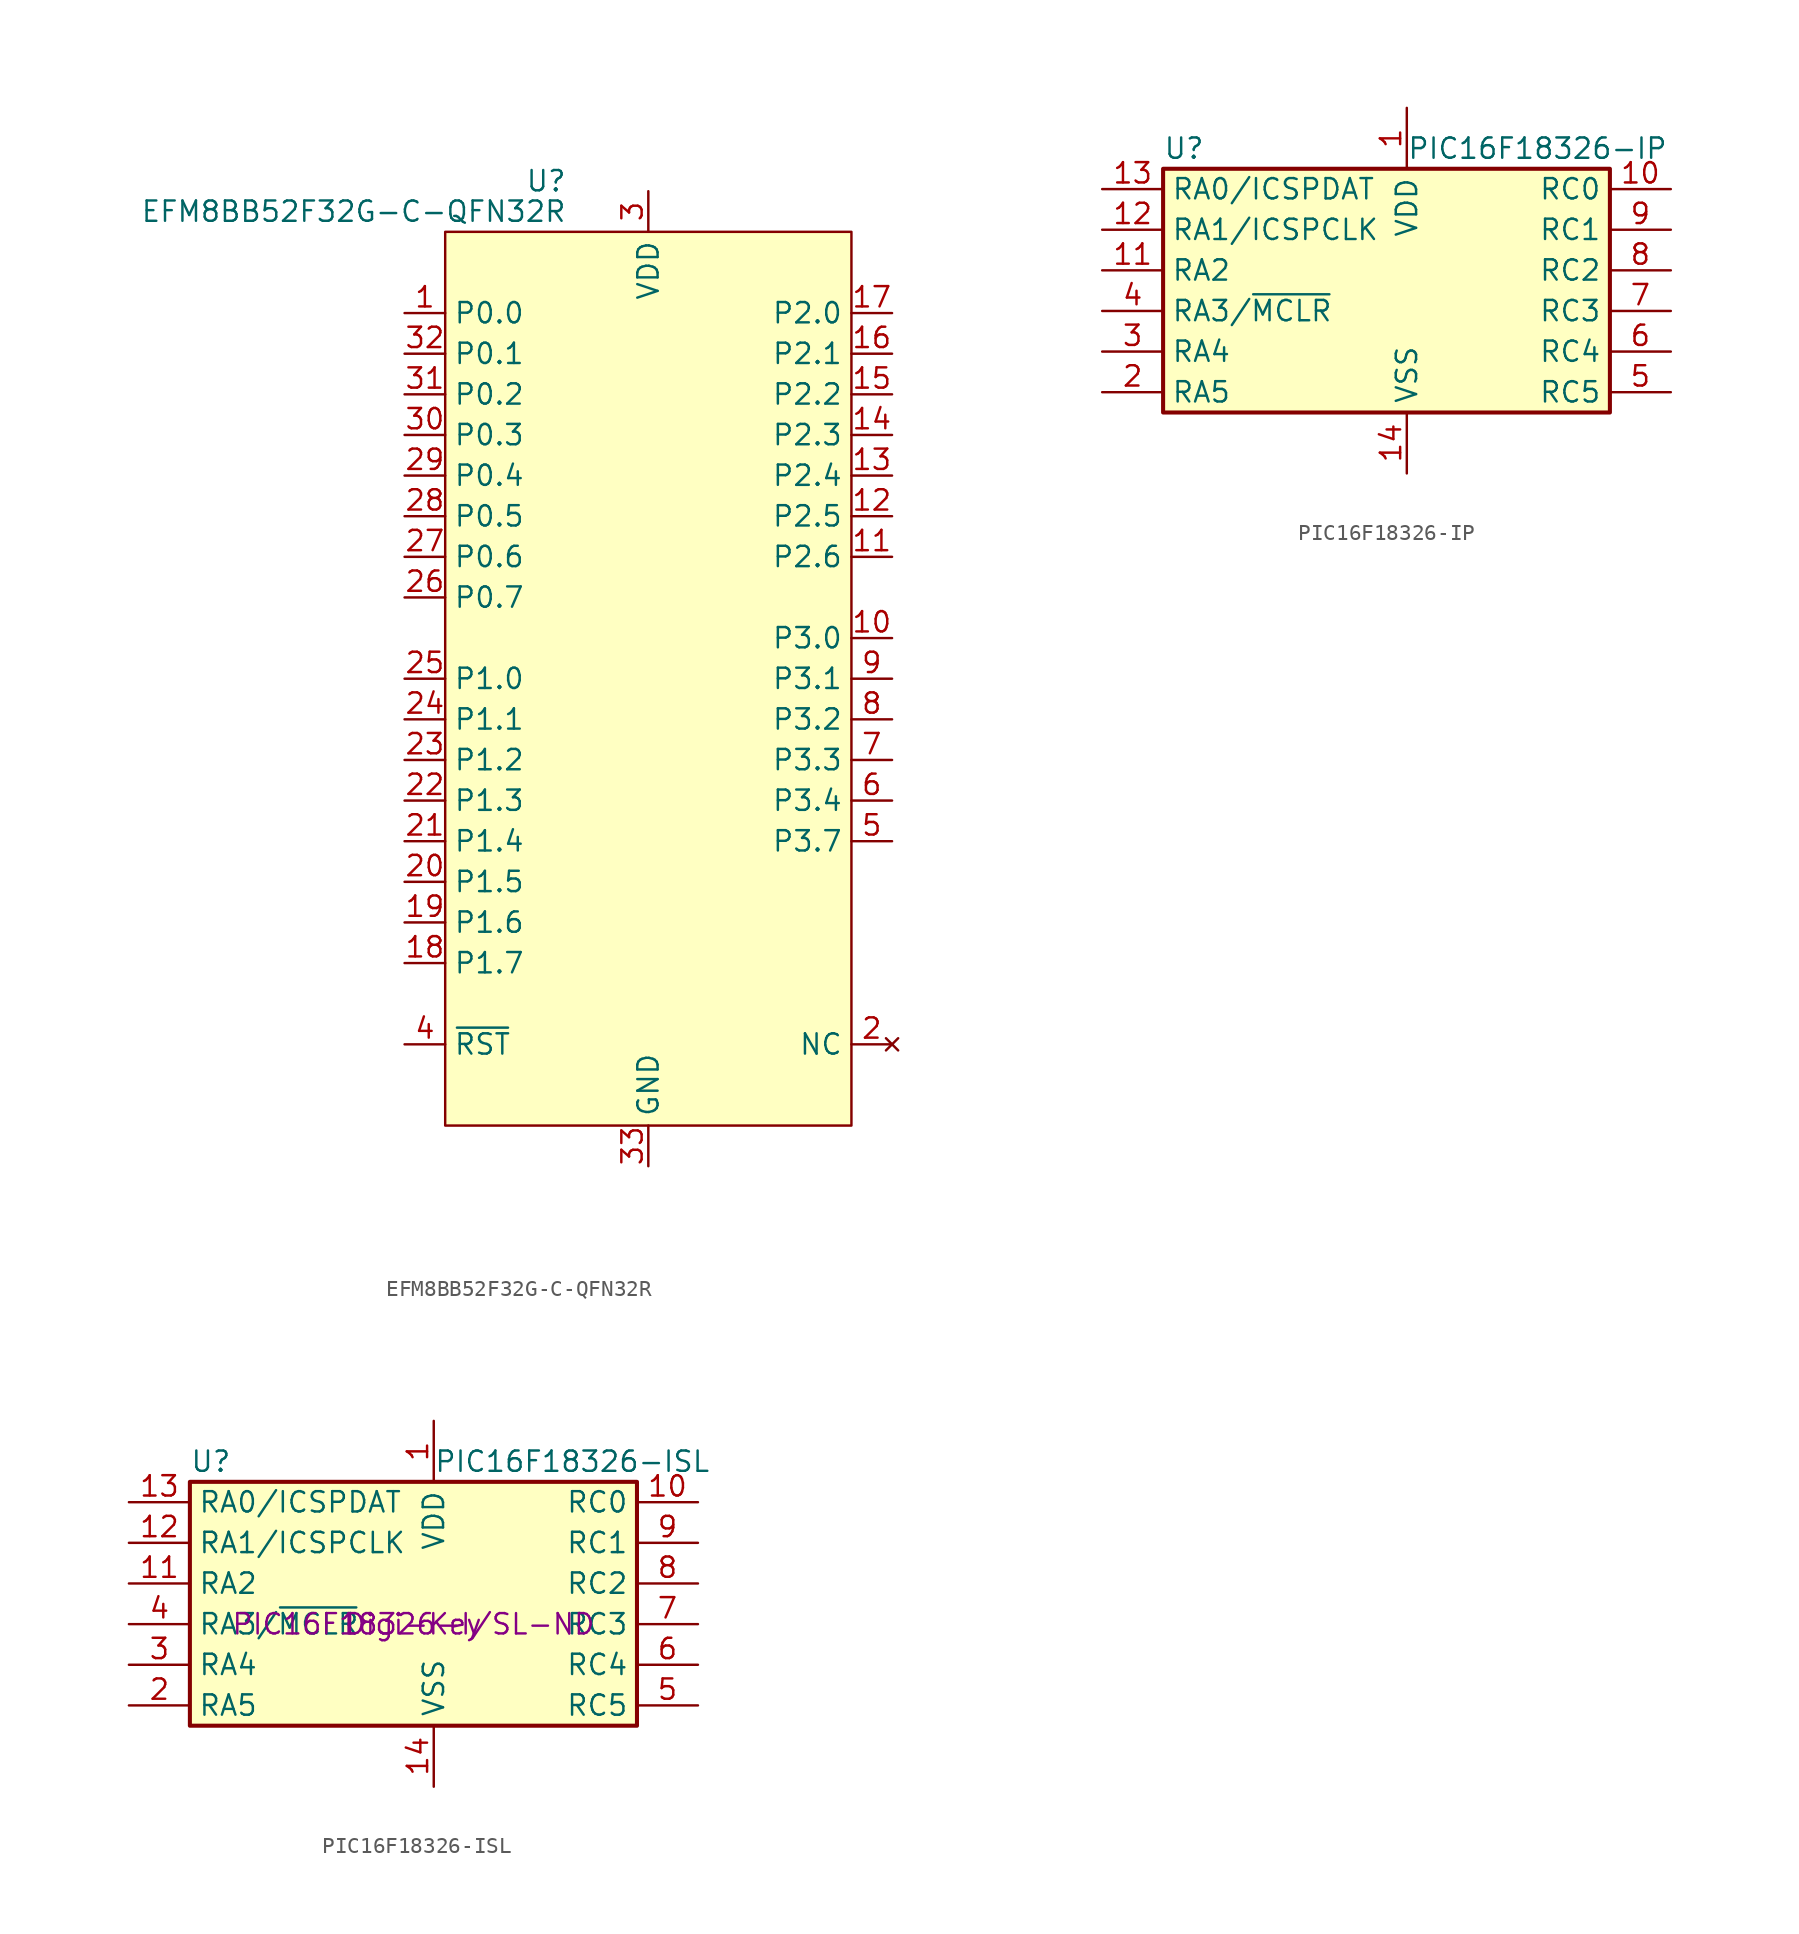
<source format=kicad_sym>
(kicad_symbol_lib
  (version 20241209)
  (generator "kicad_symbol_editor")
  (generator_version "9.0")
  (symbol "EFM8BB52F32G-C-QFN32R"
    (property "Reference" "U"
      (at -5.08 31.115 0)
      (effects (font (size 1.27 1.27)) (justify right)))
    (property "Value" "EFM8BB52F32G-C-QFN32R"
      (at -5.08 29.21 0)
      (effects (font (size 1.27 1.27)) (justify right)))
    (symbol "EFM8BB52F32G-C-QFN32R_0_0"
      (pin bidirectional line (at -15.24 22.86 0) (length 2.54) (name "P0.0" (effects (font (size 1.27 1.27)))) (number "1" (effects (font (size 1.27 1.27)))))
      (pin bidirectional line (at -15.24 20.32 0) (length 2.54) (name "P0.1" (effects (font (size 1.27 1.27)))) (number "32" (effects (font (size 1.27 1.27)))))
      (pin bidirectional line (at -15.24 17.78 0) (length 2.54) (name "P0.2" (effects (font (size 1.27 1.27)))) (number "31" (effects (font (size 1.27 1.27)))))
      (pin bidirectional line (at -15.24 15.24 0) (length 2.54) (name "P0.3" (effects (font (size 1.27 1.27)))) (number "30" (effects (font (size 1.27 1.27)))))
      (pin bidirectional line (at -15.24 12.7 0) (length 2.54) (name "P0.4" (effects (font (size 1.27 1.27)))) (number "29" (effects (font (size 1.27 1.27)))))
      (pin bidirectional line (at -15.24 10.16 0) (length 2.54) (name "P0.5" (effects (font (size 1.27 1.27)))) (number "28" (effects (font (size 1.27 1.27)))))
      (pin bidirectional line (at -15.24 7.62 0) (length 2.54) (name "P0.6" (effects (font (size 1.27 1.27)))) (number "27" (effects (font (size 1.27 1.27)))))
      (pin bidirectional line (at -15.24 5.08 0) (length 2.54) (name "P0.7" (effects (font (size 1.27 1.27)))) (number "26" (effects (font (size 1.27 1.27)))))
      (pin bidirectional line (at -15.24 0 0) (length 2.54) (name "P1.0" (effects (font (size 1.27 1.27)))) (number "25" (effects (font (size 1.27 1.27)))))
      (pin bidirectional line (at -15.24 -2.54 0) (length 2.54) (name "P1.1" (effects (font (size 1.27 1.27)))) (number "24" (effects (font (size 1.27 1.27)))))
      (pin bidirectional line (at -15.24 -5.08 0) (length 2.54) (name "P1.2" (effects (font (size 1.27 1.27)))) (number "23" (effects (font (size 1.27 1.27)))))
      (pin bidirectional line (at -15.24 -7.62 0) (length 2.54) (name "P1.3" (effects (font (size 1.27 1.27)))) (number "22" (effects (font (size 1.27 1.27)))))
      (pin bidirectional line (at -15.24 -10.16 0) (length 2.54) (name "P1.4" (effects (font (size 1.27 1.27)))) (number "21" (effects (font (size 1.27 1.27)))))
      (pin bidirectional line (at -15.24 -12.7 0) (length 2.54) (name "P1.5" (effects (font (size 1.27 1.27)))) (number "20" (effects (font (size 1.27 1.27)))))
      (pin bidirectional line (at -15.24 -15.24 0) (length 2.54) (name "P1.6" (effects (font (size 1.27 1.27)))) (number "19" (effects (font (size 1.27 1.27)))))
      (pin bidirectional line (at -15.24 -17.78 0) (length 2.54) (name "P1.7" (effects (font (size 1.27 1.27)))) (number "18" (effects (font (size 1.27 1.27)))))
      (pin bidirectional line (at 15.24 22.86 180) (length 2.54) (name "P2.0" (effects (font (size 1.27 1.27)))) (number "17" (effects (font (size 1.27 1.27)))))
      (pin bidirectional line (at 15.24 20.32 180) (length 2.54) (name "P2.1" (effects (font (size 1.27 1.27)))) (number "16" (effects (font (size 1.27 1.27)))))
      (pin bidirectional line (at 15.24 17.78 180) (length 2.54) (name "P2.2" (effects (font (size 1.27 1.27)))) (number "15" (effects (font (size 1.27 1.27)))))
      (pin bidirectional line (at 15.24 15.24 180) (length 2.54) (name "P2.3" (effects (font (size 1.27 1.27)))) (number "14" (effects (font (size 1.27 1.27)))))
      (pin bidirectional line (at 15.24 12.7 180) (length 2.54) (name "P2.4" (effects (font (size 1.27 1.27)))) (number "13" (effects (font (size 1.27 1.27)))))
      (pin bidirectional line (at 15.24 10.16 180) (length 2.54) (name "P2.5" (effects (font (size 1.27 1.27)))) (number "12" (effects (font (size 1.27 1.27)))))
      (pin bidirectional line (at 15.24 7.62 180) (length 2.54) (name "P2.6" (effects (font (size 1.27 1.27)))) (number "11" (effects (font (size 1.27 1.27)))))
      (pin bidirectional line (at 15.24 2.54 180) (length 2.54) (name "P3.0" (effects (font (size 1.27 1.27)))) (number "10" (effects (font (size 1.27 1.27)))))
      (pin bidirectional line (at 15.24 0 180) (length 2.54) (name "P3.1" (effects (font (size 1.27 1.27)))) (number "9" (effects (font (size 1.27 1.27)))))
      (pin bidirectional line (at 15.24 -2.54 180) (length 2.54) (name "P3.2" (effects (font (size 1.27 1.27)))) (number "8" (effects (font (size 1.27 1.27)))))
      (pin bidirectional line (at 15.24 -5.08 180) (length 2.54) (name "P3.3" (effects (font (size 1.27 1.27)))) (number "7" (effects (font (size 1.27 1.27))))))
    (symbol "EFM8BB52F32G-C-QFN32R_0_1"
      (rectangle (start -12.7 27.94) (end 12.7 -27.94) (stroke (width 0.152) (type default)) (fill (type background))))
    (symbol "EFM8BB52F32G-C-QFN32R_1_0"
      (pin input line (at -15.24 -22.86 0) (length 2.54) (name "~{RST}" (effects (font (size 1.27 1.27)))) (number "4" (effects (font (size 1.27 1.27)))) (alternate "C2CK" input line))
      (pin power_in line (at 0 30.48 270) (length 2.54) (name "VDD" (effects (font (size 1.27 1.27)))) (number "3" (effects (font (size 1.27 1.27)))))
      (pin power_in line (at 0 -30.48 90) (length 2.54) (name "GND" (effects (font (size 1.27 1.27)))) (number "33" (effects (font (size 1.27 1.27)))))
      (pin bidirectional line (at 15.24 -7.62 180) (length 2.54) (name "P3.4" (effects (font (size 1.27 1.27)))) (number "6" (effects (font (size 1.27 1.27)))))
      (pin bidirectional line (at 15.24 -10.16 180) (length 2.54) (name "P3.7" (effects (font (size 1.27 1.27)))) (number "5" (effects (font (size 1.27 1.27)))) (alternate "C2D" bidirectional line))
      (pin no_connect line (at 15.24 -22.86 180) (length 2.54) (name "NC" (effects (font (size 1.27 1.27)))) (number "2" (effects (font (size 1.27 1.27)))))))
  (symbol "PIC16F18326-IP"
    (property "Reference" "U"
      (at -13.97 10.16 0)
      (effects (font (size 1.27 1.27)) (justify left)))
    (property "Value" "PIC16F18326-IP"
      (at 1.27 10.16 0)
      (effects (font (size 1.27 1.27)) (justify left)))
    (symbol "PIC16F18326-IP_1_1"
      (rectangle (start -13.97 8.89) (end 13.97 -6.35) (stroke (width 0.254) (type default)) (fill (type background)))
      (pin bidirectional line (at -17.78 7.62 0) (length 3.81) (name "RA0/ICSPDAT" (effects (font (size 1.27 1.27)))) (number "13" (effects (font (size 1.27 1.27)))))
      (pin bidirectional line (at -17.78 5.08 0) (length 3.81) (name "RA1/ICSPCLK" (effects (font (size 1.27 1.27)))) (number "12" (effects (font (size 1.27 1.27)))))
      (pin bidirectional line (at -17.78 2.54 0) (length 3.81) (name "RA2" (effects (font (size 1.27 1.27)))) (number "11" (effects (font (size 1.27 1.27)))))
      (pin bidirectional line (at -17.78 0 0) (length 3.81) (name "RA3/~{MCLR}" (effects (font (size 1.27 1.27)))) (number "4" (effects (font (size 1.27 1.27)))))
      (pin bidirectional line (at -17.78 -2.54 0) (length 3.81) (name "RA4" (effects (font (size 1.27 1.27)))) (number "3" (effects (font (size 1.27 1.27)))))
      (pin bidirectional line (at -17.78 -5.08 0) (length 3.81) (name "RA5" (effects (font (size 1.27 1.27)))) (number "2" (effects (font (size 1.27 1.27)))))
      (pin power_in line (at 1.27 12.7 270) (length 3.81) (name "VDD" (effects (font (size 1.27 1.27)))) (number "1" (effects (font (size 1.27 1.27)))))
      (pin power_in line (at 1.27 -10.16 90) (length 3.81) (name "VSS" (effects (font (size 1.27 1.27)))) (number "14" (effects (font (size 1.27 1.27)))))
      (pin bidirectional line (at 17.78 7.62 180) (length 3.81) (name "RC0" (effects (font (size 1.27 1.27)))) (number "10" (effects (font (size 1.27 1.27)))))
      (pin bidirectional line (at 17.78 5.08 180) (length 3.81) (name "RC1" (effects (font (size 1.27 1.27)))) (number "9" (effects (font (size 1.27 1.27)))))
      (pin bidirectional line (at 17.78 2.54 180) (length 3.81) (name "RC2" (effects (font (size 1.27 1.27)))) (number "8" (effects (font (size 1.27 1.27)))))
      (pin bidirectional line (at 17.78 0 180) (length 3.81) (name "RC3" (effects (font (size 1.27 1.27)))) (number "7" (effects (font (size 1.27 1.27)))))
      (pin bidirectional line (at 17.78 -2.54 180) (length 3.81) (name "RC4" (effects (font (size 1.27 1.27)))) (number "6" (effects (font (size 1.27 1.27)))))
      (pin bidirectional line (at 17.78 -5.08 180) (length 3.81) (name "RC5" (effects (font (size 1.27 1.27)))) (number "5" (effects (font (size 1.27 1.27)))))))
  (symbol "PIC16F18326-ISL"
    (property "Reference" "U"
      (at -13.97 10.16 0)
      (effects (font (size 1.27 1.27)) (justify left)))
    (property "Value" "PIC16F18326-ISL"
      (at 1.27 10.16 0)
      (effects (font (size 1.27 1.27)) (justify left)))
    (property "Supplier" "Digi-Key"
      (at 0 0 0)
      (effects (font (size 1.27 1.27))))
    (property "SPN" "PIC16F18326-I/SL-ND"
      (at 0 0 0)
      (effects (font (size 1.27 1.27))))
    (symbol "PIC16F18326-ISL_1_1"
      (rectangle (start -13.97 8.89) (end 13.97 -6.35) (stroke (width 0.254) (type default)) (fill (type background)))
      (pin bidirectional line (at -17.78 7.62 0) (length 3.81) (name "RA0/ICSPDAT" (effects (font (size 1.27 1.27)))) (number "13" (effects (font (size 1.27 1.27)))))
      (pin bidirectional line (at -17.78 5.08 0) (length 3.81) (name "RA1/ICSPCLK" (effects (font (size 1.27 1.27)))) (number "12" (effects (font (size 1.27 1.27)))))
      (pin bidirectional line (at -17.78 2.54 0) (length 3.81) (name "RA2" (effects (font (size 1.27 1.27)))) (number "11" (effects (font (size 1.27 1.27)))))
      (pin bidirectional line (at -17.78 0 0) (length 3.81) (name "RA3/~{MCLR}" (effects (font (size 1.27 1.27)))) (number "4" (effects (font (size 1.27 1.27)))))
      (pin bidirectional line (at -17.78 -2.54 0) (length 3.81) (name "RA4" (effects (font (size 1.27 1.27)))) (number "3" (effects (font (size 1.27 1.27)))))
      (pin bidirectional line (at -17.78 -5.08 0) (length 3.81) (name "RA5" (effects (font (size 1.27 1.27)))) (number "2" (effects (font (size 1.27 1.27)))))
      (pin power_in line (at 1.27 12.7 270) (length 3.81) (name "VDD" (effects (font (size 1.27 1.27)))) (number "1" (effects (font (size 1.27 1.27)))))
      (pin power_in line (at 1.27 -10.16 90) (length 3.81) (name "VSS" (effects (font (size 1.27 1.27)))) (number "14" (effects (font (size 1.27 1.27)))))
      (pin bidirectional line (at 17.78 7.62 180) (length 3.81) (name "RC0" (effects (font (size 1.27 1.27)))) (number "10" (effects (font (size 1.27 1.27)))))
      (pin bidirectional line (at 17.78 5.08 180) (length 3.81) (name "RC1" (effects (font (size 1.27 1.27)))) (number "9" (effects (font (size 1.27 1.27)))))
      (pin bidirectional line (at 17.78 2.54 180) (length 3.81) (name "RC2" (effects (font (size 1.27 1.27)))) (number "8" (effects (font (size 1.27 1.27)))))
      (pin bidirectional line (at 17.78 0 180) (length 3.81) (name "RC3" (effects (font (size 1.27 1.27)))) (number "7" (effects (font (size 1.27 1.27)))))
      (pin bidirectional line (at 17.78 -2.54 180) (length 3.81) (name "RC4" (effects (font (size 1.27 1.27)))) (number "6" (effects (font (size 1.27 1.27)))))
      (pin bidirectional line (at 17.78 -5.08 180) (length 3.81) (name "RC5" (effects (font (size 1.27 1.27)))) (number "5" (effects (font (size 1.27 1.27))))))))
</source>
